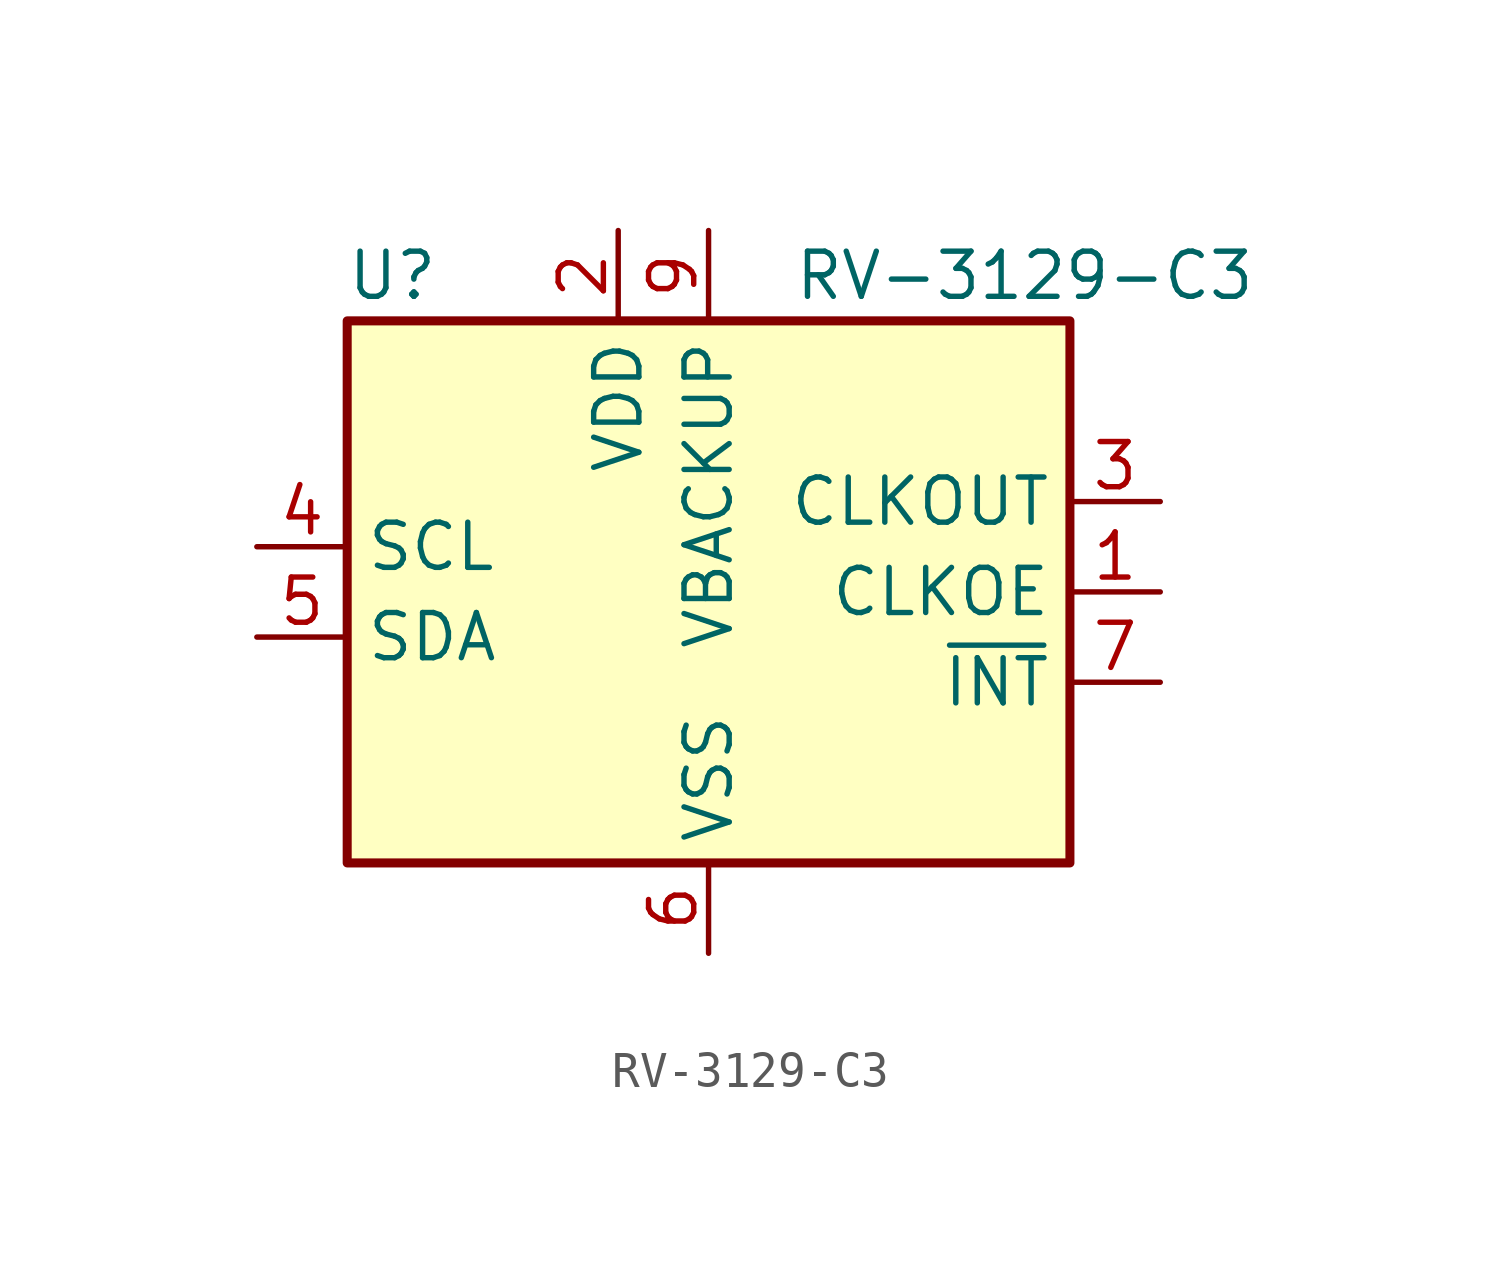
<source format=kicad_sym>
(kicad_symbol_lib
  (version 20210619)
  (generator kicad_symbol_editor)
  (symbol "RV-3129-C3"
    (property "Reference" "U"
      (at -8.89 8.89 0)
      (effects (font (size 1.27 1.27))))
    (property "Value" "RV-3129-C3"
      (at 8.89 8.89 0)
      (effects (font (size 1.27 1.27))))
    (symbol "RV-3129-C3_1_1"
      (rectangle (start 10.16 7.62) (end -10.16 -7.62) (stroke (width 0.254)) (fill (type background)))
      (pin input line (at 12.7 0 180) (length 2.54) (name "CLKOE" (effects (font (size 1.27 1.27)))) (number "1" (effects (font (size 1.27 1.27)))))
      (pin no_connect line (at -12.7 -3.81 0) (length 2.54) hide (name "NC" (effects (font (size 1.27 1.27)))) (number "10" (effects (font (size 1.27 1.27)))))
      (pin input line (at -2.54 10.16 270) (length 2.54) (name "VDD" (effects (font (size 1.27 1.27)))) (number "2" (effects (font (size 1.27 1.27)))))
      (pin input line (at 12.7 2.54 180) (length 2.54) (name "CLKOUT" (effects (font (size 1.27 1.27)))) (number "3" (effects (font (size 1.27 1.27)))))
      (pin input line (at -12.7 1.27 0) (length 2.54) (name "SCL" (effects (font (size 1.27 1.27)))) (number "4" (effects (font (size 1.27 1.27)))))
      (pin bidirectional line (at -12.7 -1.27 0) (length 2.54) (name "SDA" (effects (font (size 1.27 1.27)))) (number "5" (effects (font (size 1.27 1.27)))))
      (pin power_in line (at 0 -10.16 90) (length 2.54) (name "VSS" (effects (font (size 1.27 1.27)))) (number "6" (effects (font (size 1.27 1.27)))))
      (pin open_collector line (at 12.7 -2.54 180) (length 2.54) (name "~{INT}" (effects (font (size 1.27 1.27)))) (number "7" (effects (font (size 1.27 1.27)))))
      (pin no_connect line (at -12.7 3.81 0) (length 2.54) hide (name "NC" (effects (font (size 1.27 1.27)))) (number "8" (effects (font (size 1.27 1.27)))))
      (pin power_in line (at 0 10.16 270) (length 2.54) (name "VBACKUP" (effects (font (size 1.27 1.27)))) (number "9" (effects (font (size 1.27 1.27))))))))
</source>
